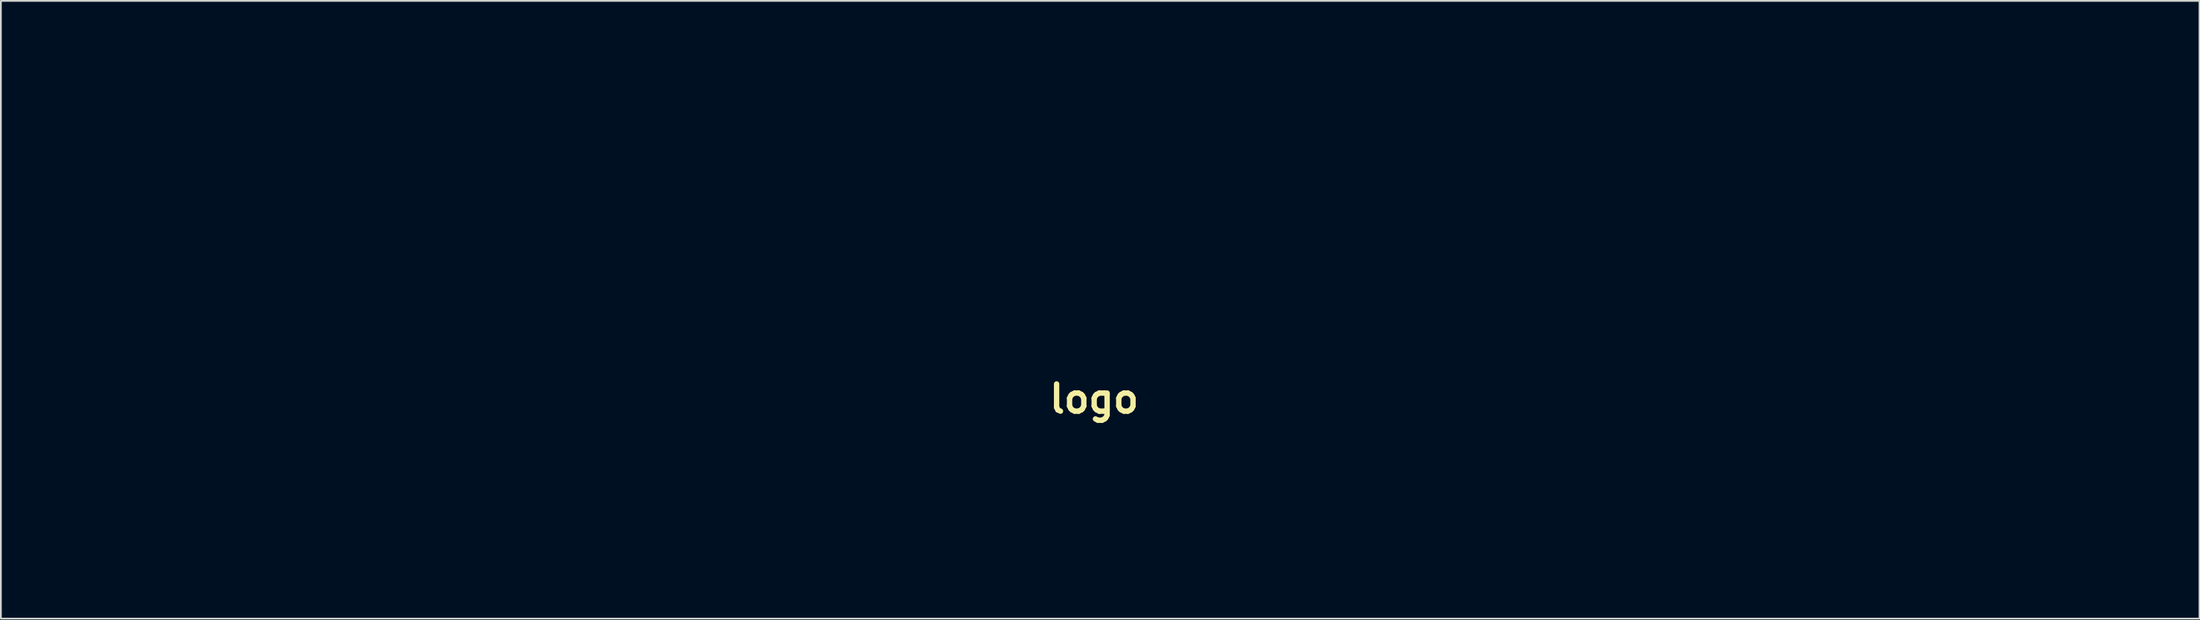
<source format=kicad_pcb>
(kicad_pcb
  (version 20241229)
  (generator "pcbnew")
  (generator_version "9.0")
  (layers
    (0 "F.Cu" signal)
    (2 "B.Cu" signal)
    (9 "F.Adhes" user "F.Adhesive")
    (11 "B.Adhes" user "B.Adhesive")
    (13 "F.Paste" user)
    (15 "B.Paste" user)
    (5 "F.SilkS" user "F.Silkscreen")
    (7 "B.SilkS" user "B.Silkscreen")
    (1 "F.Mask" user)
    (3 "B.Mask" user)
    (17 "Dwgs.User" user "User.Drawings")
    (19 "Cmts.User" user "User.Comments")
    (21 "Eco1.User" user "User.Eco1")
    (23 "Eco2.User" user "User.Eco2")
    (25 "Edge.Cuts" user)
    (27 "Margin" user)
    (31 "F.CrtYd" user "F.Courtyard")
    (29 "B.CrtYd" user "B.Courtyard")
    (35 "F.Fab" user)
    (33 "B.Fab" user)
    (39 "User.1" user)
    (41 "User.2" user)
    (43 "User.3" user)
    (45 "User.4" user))
  (footprint "logo"
    (layer "F.Cu")
    (at 58.256 19.309)
    (property "Reference" "logo" (at 0 0 0) (layer "F.SilkS") (effects (font (size 1.524 1.524) (thickness 0.3))))
    (attr through_hole)
    (fp_poly (pts (xy 14.224 9.313) (xy 12.7 9.313) (xy 12.7 7.62) (xy 14.224 7.62) (xy 14.224 9.313)) (stroke (width 0.01) (type solid)) (fill no) (layer "Eco2.User"))
    (fp_poly (pts (xy 25.4 2.879) (xy 21.505 2.879) (xy 21.505 9.313) (xy 19.981 9.313) (xy 19.981 2.879) (xy 15.917 2.879) (xy 15.917 1.185) (xy 25.4 1.185) (xy 25.4 2.879)) (stroke (width 0.01) (type solid)) (fill no) (layer "Eco2.User"))
    (fp_poly (pts (xy 47.752 2.879) (xy 39.793 2.879) (xy 39.793 7.789) (xy 47.752 7.789) (xy 47.752 9.313) (xy 38.269 9.313) (xy 38.269 1.185) (xy 47.752 1.185) (xy 47.752 2.879)) (stroke (width 0.01) (type solid)) (fill no) (layer "Eco2.User"))
    (fp_poly (pts (xy 58.589 -6.943) (xy 56.049 -6.943) (xy 56.049 -16.764) (xy 46.397 -16.764) (xy 46.397 -6.943) (xy 43.857 -6.943) (xy 43.857 -19.304) (xy 58.589 -19.304) (xy 58.589 -6.943)) (stroke (width 0.01) (type solid)) (fill no) (layer "Eco2.User"))
    (fp_poly (pts (xy -55.711 -14.393) (xy -46.059 -14.393) (xy -46.059 -19.304) (xy -43.688 -19.304) (xy -43.688 -6.943) (xy -46.059 -6.943) (xy -46.059 -11.853) (xy -55.711 -11.853) (xy -55.711 -6.943) (xy -58.251 -6.943) (xy -58.251 -19.304) (xy -55.711 -19.304) (xy -55.711 -14.393)) (stroke (width 0.01) (type solid)) (fill no) (layer "Eco2.User"))
    (fp_poly (pts (xy -26.585 -16.764) (xy -38.777 -16.764) (xy -38.777 -14.393) (xy -26.585 -14.393) (xy -26.585 -11.853) (xy -38.777 -11.853) (xy -38.777 -9.483) (xy -26.585 -9.483) (xy -26.585 -6.943) (xy -41.148 -6.943) (xy -41.148 -19.304) (xy -26.585 -19.304) (xy -26.585 -16.764)) (stroke (width 0.01) (type solid)) (fill no) (layer "Eco2.User"))
    (fp_poly (pts (xy 7.451 -6.943) (xy 5.08 -6.943) (xy 5.08 -11.853) (xy -4.741 -11.853) (xy -4.741 -6.943) (xy -7.112 -6.943) (xy -7.112 -14.393) (xy 5.08 -14.393) (xy 5.08 -16.764) (xy -7.112 -16.764) (xy -7.112 -19.304) (xy 7.451 -19.304) (xy 7.451 -6.943)) (stroke (width 0.01) (type solid)) (fill no) (layer "Eco2.User"))
    (fp_poly (pts (xy 24.553 -6.943) (xy 22.013 -6.943) (xy 22.013 -16.764) (xy 18.457 -16.764) (xy 18.457 -6.943) (xy 16.087 -6.943) (xy 16.087 -16.764) (xy 12.361 -16.764) (xy 12.361 -6.943) (xy 9.821 -6.943) (xy 9.821 -19.304) (xy 24.553 -19.304) (xy 24.553 -6.943)) (stroke (width 0.01) (type solid)) (fill no) (layer "Eco2.User"))
    (fp_poly (pts (xy 36.576 2.879) (xy 28.617 2.879) (xy 28.617 4.403) (xy 36.576 4.403) (xy 36.576 6.096) (xy 28.617 6.096) (xy 28.617 7.789) (xy 36.576 7.789) (xy 36.576 9.313) (xy 27.093 9.313) (xy 27.093 1.185) (xy 36.576 1.185) (xy 36.576 2.879)) (stroke (width 0.01) (type solid)) (fill no) (layer "Eco2.User"))
    (fp_poly (pts (xy 50.969 4.403) (xy 57.404 4.403) (xy 57.404 1.185) (xy 58.928 1.185) (xy 58.928 9.313) (xy 57.404 9.313) (xy 57.404 6.096) (xy 50.969 6.096) (xy 50.969 9.313) (xy 49.445 9.313) (xy 49.445 1.185) (xy 50.969 1.185) (xy 50.969 4.403)) (stroke (width 0.01) (type solid)) (fill no) (layer "Eco2.User"))
    (fp_poly (pts (xy 41.487 -6.943) (xy 26.924 -6.943) (xy 26.924 -16.764) (xy 29.295 -16.764) (xy 29.295 -13.162) (xy 29.296 -12.233) (xy 29.3 -11.461) (xy 29.306 -10.834) (xy 29.316 -10.34) (xy 29.33 -9.967) (xy 29.347 -9.702) (xy 29.369 -9.533) (xy 29.395 -9.448) (xy 29.401 -9.44) (xy 29.509 -9.411) (xy 29.767 -9.386) (xy 30.157 -9.364) (xy 30.66 -9.346) (xy 31.257 -9.33) (xy 31.929 -9.318) (xy 32.657 -9.309) (xy 33.423 -9.304) (xy 34.207 -9.302) (xy 34.992 -9.303) (xy 35.757 -9.308) (xy 36.484 -9.316) (xy 37.154 -9.327) (xy 37.749 -9.342) (xy 38.25 -9.36) (xy 38.637 -9.382) (xy 38.892 -9.407) (xy 38.995 -9.434) (xy 39.025 -9.488) (xy 39.05 -9.592) (xy 39.07 -9.761) (xy 39.086 -10.009) (xy 39.098 -10.352) (xy 39.106 -10.803) (xy 39.112 -11.377) (xy 39.115 -12.088) (xy 39.116 -12.951) (xy 39.116 -13.16) (xy 39.116 -16.764) (xy 29.295 -16.764) (xy 26.924 -16.764) (xy 26.924 -19.304) (xy 41.487 -19.304) (xy 41.487 -6.943)) (stroke (width 0.01) (type solid)) (fill no) (layer "Eco2.User"))
    (fp_poly (pts (xy -10.34 -19.303) (xy -10.023 -19.296) (xy -9.821 -19.28) (xy -9.71 -19.252) (xy -9.662 -19.206) (xy -9.652 -19.139) (xy -9.652 -19.135) (xy -9.687 -18.997) (xy -9.737 -18.965) (xy -9.796 -18.892) (xy -9.821 -18.714) (xy -9.821 -18.711) (xy -9.846 -18.533) (xy -9.905 -18.457) (xy -9.906 -18.457) (xy -9.975 -18.386) (xy -9.991 -18.288) (xy -10.026 -18.15) (xy -10.075 -18.119) (xy -10.135 -18.045) (xy -10.16 -17.868) (xy -10.16 -17.865) (xy -10.185 -17.686) (xy -10.244 -17.611) (xy -10.245 -17.611) (xy -10.313 -17.54) (xy -10.329 -17.441) (xy -10.365 -17.304) (xy -10.414 -17.272) (xy -10.473 -17.198) (xy -10.499 -17.021) (xy -10.499 -17.018) (xy -10.523 -16.84) (xy -10.582 -16.764) (xy -10.583 -16.764) (xy -10.652 -16.693) (xy -10.668 -16.595) (xy -10.703 -16.457) (xy -10.753 -16.425) (xy -10.812 -16.352) (xy -10.837 -16.174) (xy -10.837 -16.171) (xy -10.862 -15.993) (xy -10.921 -15.917) (xy -10.922 -15.917) (xy -10.991 -15.846) (xy -11.007 -15.748) (xy -11.042 -15.61) (xy -11.091 -15.579) (xy -11.16 -15.508) (xy -11.176 -15.409) (xy -11.211 -15.272) (xy -11.261 -15.24) (xy -11.32 -15.166) (xy -11.345 -14.989) (xy -11.345 -14.986) (xy -11.37 -14.808) (xy -11.429 -14.732) (xy -11.43 -14.732) (xy -11.499 -14.661) (xy -11.515 -14.563) (xy -11.55 -14.425) (xy -11.599 -14.393) (xy -11.659 -14.32) (xy -11.684 -14.142) (xy -11.684 -14.139) (xy -11.709 -13.961) (xy -11.768 -13.885) (xy -11.769 -13.885) (xy -11.837 -13.814) (xy -11.853 -13.716) (xy -11.889 -13.578) (xy -11.938 -13.547) (xy -11.991 -13.472) (xy -12.021 -13.284) (xy -12.023 -13.208) (xy -12.004 -12.996) (xy -11.957 -12.878) (xy -11.938 -12.869) (xy -11.869 -12.798) (xy -11.853 -12.7) (xy -11.818 -12.562) (xy -11.769 -12.531) (xy -11.709 -12.457) (xy -11.684 -12.28) (xy -11.684 -12.277) (xy -11.659 -12.098) (xy -11.6 -12.023) (xy -11.599 -12.023) (xy -11.531 -11.952) (xy -11.515 -11.853) (xy -11.479 -11.716) (xy -11.43 -11.684) (xy -11.371 -11.61) (xy -11.345 -11.433) (xy -11.345 -11.43) (xy -11.321 -11.252) (xy -11.262 -11.176) (xy -11.261 -11.176) (xy -11.192 -11.105) (xy -11.176 -11.007) (xy -11.141 -10.869) (xy -11.091 -10.837) (xy -11.032 -10.764) (xy -11.007 -10.586) (xy -11.007 -10.583) (xy -10.982 -10.405) (xy -10.923 -10.329) (xy -10.922 -10.329) (xy -10.853 -10.258) (xy -10.837 -10.16) (xy -10.802 -10.022) (xy -10.753 -9.991) (xy -10.693 -9.917) (xy -10.668 -9.74) (xy -10.668 -9.737) (xy -10.643 -9.558) (xy -10.584 -9.483) (xy -10.583 -9.483) (xy -10.524 -9.409) (xy -10.499 -9.232) (xy -10.499 -9.229) (xy -10.474 -9.05) (xy -10.415 -8.975) (xy -10.414 -8.975) (xy -10.345 -8.904) (xy -10.329 -8.805) (xy -10.294 -8.668) (xy -10.245 -8.636) (xy -10.185 -8.562) (xy -10.16 -8.385) (xy -10.16 -8.382) (xy -10.135 -8.204) (xy -10.076 -8.128) (xy -10.075 -8.128) (xy -10.007 -8.057) (xy -9.991 -7.959) (xy -9.955 -7.821) (xy -9.906 -7.789) (xy -9.847 -7.716) (xy -9.821 -7.538) (xy -9.821 -7.535) (xy -9.797 -7.357) (xy -9.738 -7.281) (xy -9.737 -7.281) (xy -9.668 -7.21) (xy -9.652 -7.112) (xy -9.661 -7.044) (xy -9.706 -6.997) (xy -9.812 -6.968) (xy -10.008 -6.951) (xy -10.318 -6.944) (xy -10.769 -6.943) (xy -10.801 -6.943) (xy -11.323 -6.948) (xy -11.699 -6.969) (xy -11.951 -7.012) (xy -12.102 -7.083) (xy -12.174 -7.187) (xy -12.192 -7.318) (xy -12.236 -7.434) (xy -12.277 -7.451) (xy -12.336 -7.524) (xy -12.361 -7.702) (xy -12.361 -7.705) (xy -12.386 -7.883) (xy -12.445 -7.959) (xy -12.446 -7.959) (xy -12.515 -8.03) (xy -12.531 -8.128) (xy -12.566 -8.266) (xy -12.615 -8.297) (xy -12.684 -8.368) (xy -12.7 -8.467) (xy -12.735 -8.604) (xy -12.785 -8.636) (xy -12.844 -8.71) (xy -12.869 -8.887) (xy -12.869 -8.89) (xy -12.894 -9.068) (xy -12.953 -9.144) (xy -12.954 -9.144) (xy -13.023 -9.215) (xy -13.039 -9.313) (xy -13.074 -9.451) (xy -13.123 -9.483) (xy -13.183 -9.556) (xy -13.208 -9.734) (xy -13.208 -9.737) (xy -13.233 -9.915) (xy -13.292 -9.991) (xy -13.293 -9.991) (xy -13.361 -10.062) (xy -13.377 -10.16) (xy -13.413 -10.298) (xy -13.462 -10.329) (xy -13.531 -10.4) (xy -13.547 -10.499) (xy -13.582 -10.636) (xy -13.631 -10.668) (xy -13.691 -10.742) (xy -13.716 -10.919) (xy -13.716 -10.922) (xy -13.741 -11.1) (xy -13.8 -11.176) (xy -13.801 -11.176) (xy -13.869 -11.247) (xy -13.885 -11.345) (xy -13.921 -11.483) (xy -13.97 -11.515) (xy -14.039 -11.586) (xy -14.055 -11.684) (xy -14.059 -11.73) (xy -14.085 -11.767) (xy -14.148 -11.796) (xy -14.266 -11.818) (xy -14.456 -11.833) (xy -14.736 -11.843) (xy -15.122 -11.849) (xy -15.631 -11.852) (xy -16.281 -11.853) (xy -16.812 -11.853) (xy -17.604 -11.853) (xy -18.242 -11.849) (xy -18.744 -11.84) (xy -19.126 -11.825) (xy -19.404 -11.801) (xy -19.595 -11.765) (xy -19.715 -11.717) (xy -19.78 -11.653) (xy -19.807 -11.572) (xy -19.812 -11.478) (xy -19.856 -11.362) (xy -19.897 -11.345) (xy -19.965 -11.274) (xy -19.981 -11.176) (xy -20.017 -11.038) (xy -20.066 -11.007) (xy -20.125 -10.933) (xy -20.151 -10.756) (xy -20.151 -10.753) (xy -20.175 -10.574) (xy -20.234 -10.499) (xy -20.235 -10.499) (xy -20.304 -10.428) (xy -20.32 -10.329) (xy -20.355 -10.192) (xy -20.405 -10.16) (xy -20.464 -10.086) (xy -20.489 -9.909) (xy -20.489 -9.906) (xy -20.514 -9.728) (xy -20.573 -9.652) (xy -20.574 -9.652) (xy -20.643 -9.581) (xy -20.659 -9.483) (xy -20.694 -9.345) (xy -20.743 -9.313) (xy -20.812 -9.242) (xy -20.828 -9.144) (xy -20.863 -9.006) (xy -20.913 -8.975) (xy -20.972 -8.901) (xy -20.997 -8.724) (xy -20.997 -8.721) (xy -21.022 -8.542) (xy -21.081 -8.467) (xy -21.082 -8.467) (xy -21.151 -8.396) (xy -21.167 -8.297) (xy -21.202 -8.16) (xy -21.251 -8.128) (xy -21.311 -8.054) (xy -21.336 -7.877) (xy -21.336 -7.874) (xy -21.361 -7.696) (xy -21.42 -7.62) (xy -21.421 -7.62) (xy -21.489 -7.549) (xy -21.505 -7.451) (xy -21.541 -7.313) (xy -21.59 -7.281) (xy -21.659 -7.21) (xy -21.675 -7.112) (xy -21.683 -7.047) (xy -21.725 -7.001) (xy -21.825 -6.971) (xy -22.009 -6.954) (xy -22.302 -6.945) (xy -22.729 -6.943) (xy -22.945 -6.943) (xy -23.462 -6.948) (xy -23.856 -6.964) (xy -24.111 -6.989) (xy -24.213 -7.023) (xy -24.215 -7.027) (xy -24.15 -7.11) (xy -24.13 -7.112) (xy -24.071 -7.186) (xy -24.045 -7.363) (xy -24.045 -7.366) (xy -24.021 -7.544) (xy -23.962 -7.62) (xy -23.961 -7.62) (xy -23.892 -7.691) (xy -23.876 -7.789) (xy -23.841 -7.927) (xy -23.791 -7.959) (xy -23.732 -8.032) (xy -23.707 -8.21) (xy -23.707 -8.213) (xy -23.682 -8.391) (xy -23.623 -8.467) (xy -23.622 -8.467) (xy -23.553 -8.538) (xy -23.537 -8.636) (xy -23.502 -8.774) (xy -23.453 -8.805) (xy -23.393 -8.879) (xy -23.368 -9.056) (xy -23.368 -9.059) (xy -23.343 -9.238) (xy -23.284 -9.313) (xy -23.283 -9.313) (xy -23.215 -9.384) (xy -23.199 -9.483) (xy -23.163 -9.62) (xy -23.114 -9.652) (xy -23.055 -9.726) (xy -23.029 -9.903) (xy -23.029 -9.906) (xy -23.005 -10.084) (xy -22.946 -10.16) (xy -22.945 -10.16) (xy -22.876 -10.231) (xy -22.86 -10.329) (xy -22.825 -10.467) (xy -22.775 -10.499) (xy -22.716 -10.572) (xy -22.691 -10.75) (xy -22.691 -10.753) (xy -22.666 -10.931) (xy -22.607 -11.007) (xy -22.606 -11.007) (xy -22.547 -11.08) (xy -22.521 -11.258) (xy -22.521 -11.261) (xy -22.497 -11.439) (xy -22.438 -11.515) (xy -22.437 -11.515) (xy -22.368 -11.586) (xy -22.352 -11.684) (xy -22.317 -11.822) (xy -22.267 -11.853) (xy -22.208 -11.927) (xy -22.183 -12.104) (xy -22.183 -12.107) (xy -22.158 -12.286) (xy -22.099 -12.361) (xy -22.098 -12.361) (xy -22.029 -12.432) (xy -22.013 -12.531) (xy -21.978 -12.668) (xy -21.929 -12.7) (xy -21.88 -12.776) (xy -21.85 -12.971) (xy -21.844 -13.123) (xy -21.859 -13.365) (xy -21.898 -13.518) (xy -21.929 -13.547) (xy -21.988 -13.62) (xy -22.013 -13.798) (xy -22.013 -13.801) (xy -22.038 -13.979) (xy -22.097 -14.055) (xy -22.098 -14.055) (xy -22.167 -14.126) (xy -22.183 -14.224) (xy -22.218 -14.362) (xy -22.267 -14.393) (xy -22.327 -14.467) (xy -22.352 -14.644) (xy -22.352 -14.647) (xy -22.377 -14.826) (xy -22.436 -14.901) (xy -22.437 -14.901) (xy -22.505 -14.972) (xy -22.521 -15.071) (xy -22.557 -15.208) (xy -22.606 -15.24) (xy -22.665 -15.314) (xy -22.691 -15.491) (xy -22.691 -15.494) (xy -22.715 -15.672) (xy -22.774 -15.748) (xy -22.775 -15.748) (xy -22.844 -15.819) (xy -22.86 -15.917) (xy -22.895 -16.055) (xy -22.945 -16.087) (xy -23.004 -16.16) (xy -23.029 -16.338) (xy -23.029 -16.341) (xy -23.054 -16.519) (xy -23.113 -16.595) (xy -23.114 -16.595) (xy -23.183 -16.666) (xy -23.199 -16.764) (xy -23.234 -16.902) (xy -23.283 -16.933) (xy -23.343 -17.007) (xy -23.368 -17.184) (xy -23.368 -17.187) (xy -23.393 -17.366) (xy -23.452 -17.441) (xy -23.453 -17.441) (xy -23.521 -17.512) (xy -23.537 -17.611) (xy -23.573 -17.748) (xy -23.622 -17.78) (xy -23.681 -17.854) (xy -23.707 -18.031) (xy -23.707 -18.034) (xy -23.731 -18.212) (xy -23.79 -18.288) (xy -23.791 -18.288) (xy -23.86 -18.359) (xy -23.876 -18.457) (xy -23.911 -18.595) (xy -23.961 -18.627) (xy -24.02 -18.7) (xy -24.045 -18.878) (xy -24.045 -18.881) (xy -24.07 -19.059) (xy -24.129 -19.135) (xy -24.13 -19.135) (xy -24.212 -19.199) (xy -24.215 -19.219) (xy -24.132 -19.254) (xy -23.896 -19.28) (xy -23.519 -19.297) (xy -23.016 -19.304) (xy -22.945 -19.304) (xy -22.457 -19.303) (xy -22.113 -19.297) (xy -21.888 -19.284) (xy -21.757 -19.259) (xy -21.694 -19.22) (xy -21.676 -19.163) (xy -21.675 -19.135) (xy -21.639 -18.997) (xy -21.59 -18.965) (xy -21.531 -18.892) (xy -21.505 -18.714) (xy -21.505 -18.711) (xy -21.481 -18.533) (xy -21.422 -18.457) (xy -21.421 -18.457) (xy -21.352 -18.386) (xy -21.336 -18.288) (xy -21.301 -18.15) (xy -21.251 -18.119) (xy -21.183 -18.048) (xy -21.167 -17.949) (xy -21.131 -17.812) (xy -21.082 -17.78) (xy -21.023 -17.706) (xy -20.997 -17.529) (xy -20.997 -17.526) (xy -20.973 -17.348) (xy -20.914 -17.272) (xy -20.913 -17.272) (xy -20.844 -17.201) (xy -20.828 -17.103) (xy -20.793 -16.965) (xy -20.743 -16.933) (xy -20.684 -16.86) (xy -20.659 -16.682) (xy -20.659 -16.679) (xy -20.634 -16.501) (xy -20.575 -16.425) (xy -20.574 -16.425) (xy -20.505 -16.354) (xy -20.489 -16.256) (xy -20.454 -16.118) (xy -20.405 -16.087) (xy -20.336 -16.016) (xy -20.32 -15.917) (xy -20.285 -15.78) (xy -20.235 -15.748) (xy -20.176 -15.674) (xy -20.151 -15.497) (xy -20.151 -15.494) (xy -20.126 -15.316) (xy -20.067 -15.24) (xy -20.066 -15.24) (xy -19.997 -15.169) (xy -19.981 -15.071) (xy -19.946 -14.933) (xy -19.897 -14.901) (xy -19.823 -14.832) (xy -19.812 -14.768) (xy -19.806 -14.669) (xy -19.777 -14.59) (xy -19.709 -14.527) (xy -19.586 -14.479) (xy -19.39 -14.444) (xy -19.106 -14.42) (xy -18.717 -14.405) (xy -18.208 -14.397) (xy -17.56 -14.394) (xy -16.812 -14.393) (xy -16.057 -14.394) (xy -15.454 -14.395) (xy -14.986 -14.399) (xy -14.636 -14.406) (xy -14.387 -14.418) (xy -14.221 -14.435) (xy -14.123 -14.459) (xy -14.073 -14.49) (xy -14.056 -14.53) (xy -14.055 -14.563) (xy -14.019 -14.7) (xy -13.97 -14.732) (xy -13.901 -14.803) (xy -13.885 -14.901) (xy -13.85 -15.039) (xy -13.801 -15.071) (xy -13.741 -15.144) (xy -13.716 -15.322) (xy -13.716 -15.325) (xy -13.691 -15.503) (xy -13.632 -15.579) (xy -13.631 -15.579) (xy -13.563 -15.65) (xy -13.547 -15.748) (xy -13.511 -15.886) (xy -13.462 -15.917) (xy -13.393 -15.988) (xy -13.377 -16.087) (xy -13.342 -16.224) (xy -13.293 -16.256) (xy -13.233 -16.33) (xy -13.208 -16.507) (xy -13.208 -16.51) (xy -13.183 -16.688) (xy -13.124 -16.764) (xy -13.123 -16.764) (xy -13.055 -16.835) (xy -13.039 -16.933) (xy -13.003 -17.071) (xy -12.954 -17.103) (xy -12.885 -17.174) (xy -12.869 -17.272) (xy -12.834 -17.41) (xy -12.785 -17.441) (xy -12.725 -17.515) (xy -12.7 -17.692) (xy -12.7 -17.695) (xy -12.675 -17.874) (xy -12.616 -17.949) (xy -12.615 -17.949) (xy -12.547 -18.02) (xy -12.531 -18.119) (xy -12.495 -18.256) (xy -12.446 -18.288) (xy -12.377 -18.359) (xy -12.361 -18.457) (xy -12.326 -18.595) (xy -12.277 -18.627) (xy -12.214 -18.699) (xy -12.192 -18.844) (xy -12.177 -19.015) (xy -12.117 -19.138) (xy -11.988 -19.221) (xy -11.766 -19.271) (xy -11.429 -19.296) (xy -10.952 -19.304) (xy -10.801 -19.304) (xy -10.34 -19.303)) (stroke (width 0.01) (type solid)) (fill no) (layer "Eco2.User")))
  (gr_rect
    (start -3 -3)
    (end 120.189 31.627)
    (stroke (width 0.1) (type default))
    (fill no)
    (layer "Edge.Cuts")))
</source>
